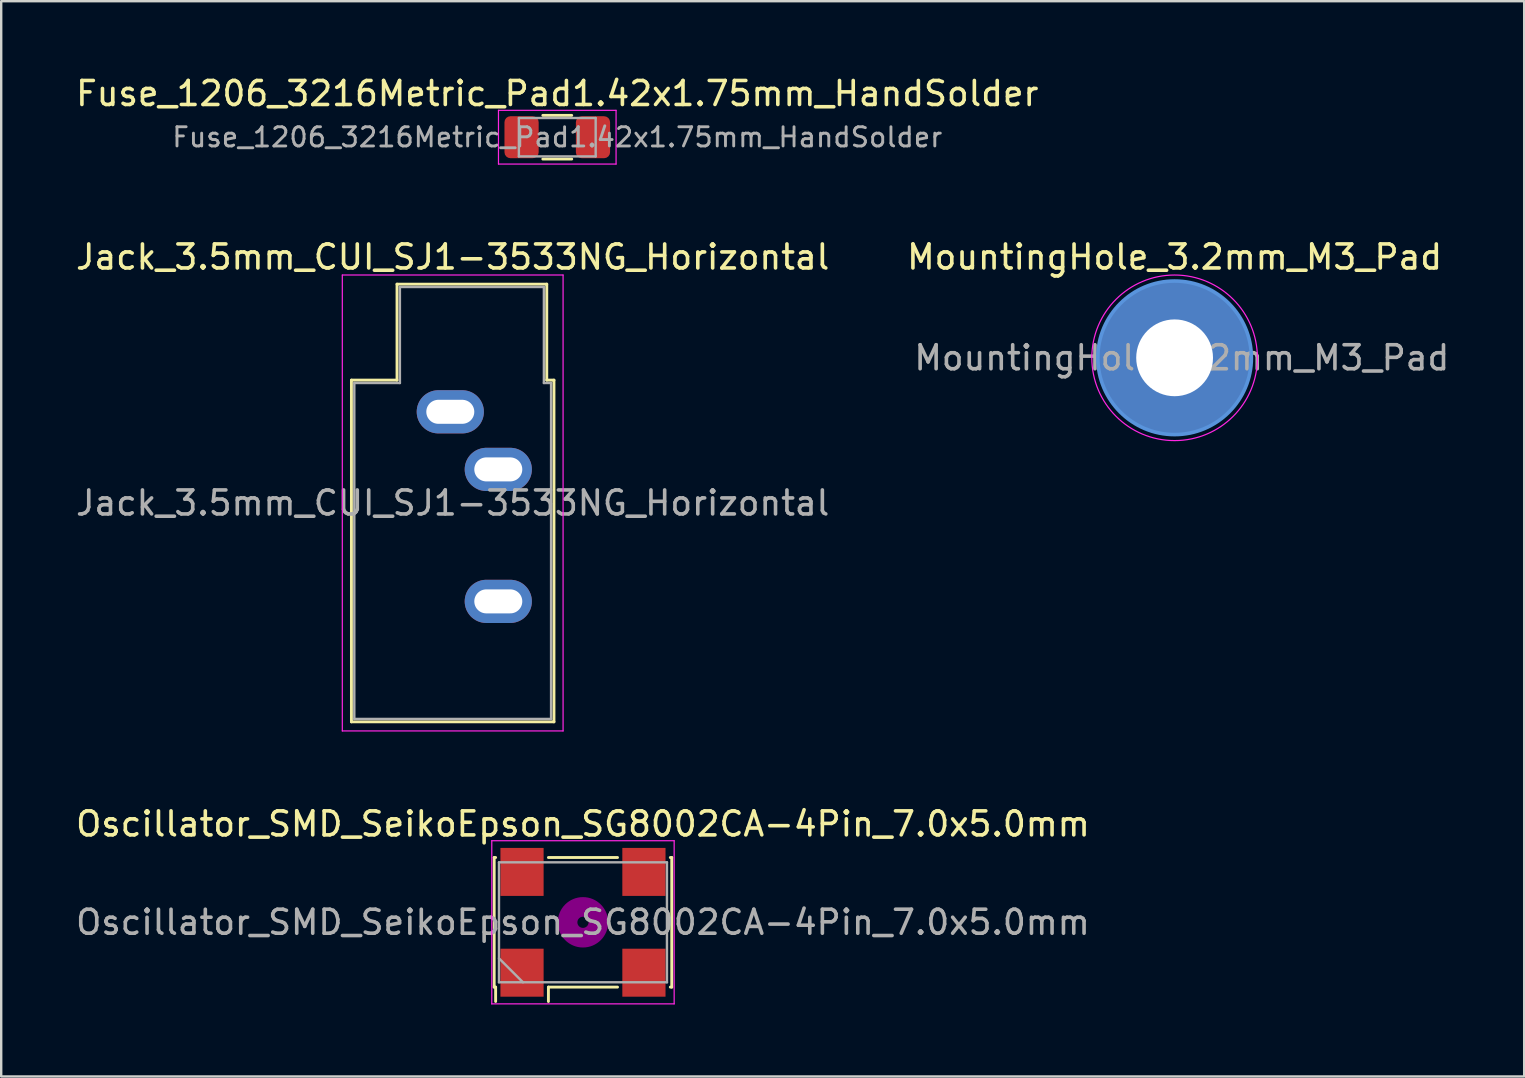
<source format=kicad_pcb>
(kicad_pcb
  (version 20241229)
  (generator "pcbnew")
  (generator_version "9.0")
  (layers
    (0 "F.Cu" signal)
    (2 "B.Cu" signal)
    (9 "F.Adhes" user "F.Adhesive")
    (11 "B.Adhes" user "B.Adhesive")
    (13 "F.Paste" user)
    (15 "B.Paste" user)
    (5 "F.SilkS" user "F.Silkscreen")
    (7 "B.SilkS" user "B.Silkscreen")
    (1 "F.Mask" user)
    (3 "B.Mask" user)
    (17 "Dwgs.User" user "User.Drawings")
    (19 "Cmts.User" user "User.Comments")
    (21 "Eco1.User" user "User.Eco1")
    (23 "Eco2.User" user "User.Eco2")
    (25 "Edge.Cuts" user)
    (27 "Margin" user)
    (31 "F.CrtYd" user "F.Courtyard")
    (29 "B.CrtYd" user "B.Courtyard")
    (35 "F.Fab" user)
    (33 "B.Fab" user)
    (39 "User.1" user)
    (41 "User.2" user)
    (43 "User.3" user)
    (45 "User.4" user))
  (footprint "Oscillator_SMD_SeikoEpson_SG8002CA-4Pin_7.0x5.0mm"
    (layer "F.Cu")
    (at 21.244 35.385)
    (property "Reference" "Oscillator_SMD_SeikoEpson_SG8002CA-4Pin_7.0x5.0mm" (at 0 -4.1 0) (layer "F.SilkS") (effects (font (size 1 1) (thickness 0.15))))
    (attr smd)
    (fp_line (start -3.7 -2.7) (end -3.64 -2.7) (stroke (width 0.12) (type solid)) (layer "F.SilkS"))
    (fp_line (start -3.7 2.7) (end -3.7 -2.7) (stroke (width 0.12) (type solid)) (layer "F.SilkS"))
    (fp_line (start -3.64 2.7) (end -3.7 2.7) (stroke (width 0.12) (type solid)) (layer "F.SilkS"))
    (fp_line (start -3.64 3.3) (end -3.64 2.7) (stroke (width 0.12) (type solid)) (layer "F.SilkS"))
    (fp_line (start -1.44 -2.7) (end 1.44 -2.7) (stroke (width 0.12) (type solid)) (layer "F.SilkS"))
    (fp_line (start -1.44 2.7) (end -1.44 3.3) (stroke (width 0.12) (type solid)) (layer "F.SilkS"))
    (fp_line (start 1.44 2.7) (end -1.44 2.7) (stroke (width 0.12) (type solid)) (layer "F.SilkS"))
    (fp_line (start 3.64 -2.7) (end 3.7 -2.7) (stroke (width 0.12) (type solid)) (layer "F.SilkS"))
    (fp_line (start 3.7 -2.7) (end 3.7 2.7) (stroke (width 0.12) (type solid)) (layer "F.SilkS"))
    (fp_line (start 3.7 2.7) (end 3.64 2.7) (stroke (width 0.12) (type solid)) (layer "F.SilkS"))
    (fp_circle (center 0 0) (end 0.233 0) (stroke (width 0.467) (type solid)) (fill no) (layer "F.Adhes"))
    (fp_circle (center 0 0) (end 0.533 0) (stroke (width 0.333) (type solid)) (fill no) (layer "F.Adhes"))
    (fp_circle (center 0 0) (end 0.833 0) (stroke (width 0.333) (type solid)) (fill no) (layer "F.Adhes"))
    (fp_circle (center 0 0) (end 1 0) (stroke (width 0.1) (type solid)) (fill no) (layer "F.Adhes"))
    (fp_line (start -3.8 -3.4) (end -3.8 3.4) (stroke (width 0.05) (type solid)) (layer "F.CrtYd"))
    (fp_line (start -3.8 3.4) (end 3.8 3.4) (stroke (width 0.05) (type solid)) (layer "F.CrtYd"))
    (fp_line (start 3.8 -3.4) (end -3.8 -3.4) (stroke (width 0.05) (type solid)) (layer "F.CrtYd"))
    (fp_line (start 3.8 3.4) (end 3.8 -3.4) (stroke (width 0.05) (type solid)) (layer "F.CrtYd"))
    (fp_line (start -3.5 -2.5) (end -3.5 2.5) (stroke (width 0.1) (type solid)) (layer "F.Fab"))
    (fp_line (start -3.5 1.5) (end -2.5 2.5) (stroke (width 0.1) (type solid)) (layer "F.Fab"))
    (fp_line (start -3.5 2.5) (end 3.5 2.5) (stroke (width 0.1) (type solid)) (layer "F.Fab"))
    (fp_line (start 3.5 -2.5) (end -3.5 -2.5) (stroke (width 0.1) (type solid)) (layer "F.Fab"))
    (fp_line (start 3.5 2.5) (end 3.5 -2.5) (stroke (width 0.1) (type solid)) (layer "F.Fab"))
    (fp_text user "${REFERENCE}" (at 0 0 0) (layer "F.Fab") (effects (font (size 1 1) (thickness 0.15))))
    (pad "1" smd rect (at -2.54 2.1) (size 1.8 2) (layers "F.Cu" "F.Mask" "F.Paste"))
    (pad "2" smd rect (at 2.54 2.1) (size 1.8 2) (layers "F.Cu" "F.Mask" "F.Paste"))
    (pad "3" smd rect (at 2.54 -2.1) (size 1.8 2) (layers "F.Cu" "F.Mask" "F.Paste"))
    (pad "4" smd rect (at -2.54 -2.1) (size 1.8 2) (layers "F.Cu" "F.Mask" "F.Paste")))
  (footprint "Fuse_1206_3216Metric_Pad1.42x1.75mm_HandSolder"
    (layer "F.Cu")
    (at 20.173 2.668)
    (property "Reference" "Fuse_1206_3216Metric_Pad1.42x1.75mm_HandSolder" (at 0 -1.82 180) (layer "F.SilkS") (effects (font (size 1 1) (thickness 0.15))))
    (attr smd)
    (fp_line (start -0.602 -0.91) (end 0.602 -0.91) (stroke (width 0.12) (type solid)) (layer "F.SilkS"))
    (fp_line (start -0.602 0.91) (end 0.602 0.91) (stroke (width 0.12) (type solid)) (layer "F.SilkS"))
    (fp_line (start -2.45 -1.12) (end 2.45 -1.12) (stroke (width 0.05) (type solid)) (layer "F.CrtYd"))
    (fp_line (start -2.45 1.12) (end -2.45 -1.12) (stroke (width 0.05) (type solid)) (layer "F.CrtYd"))
    (fp_line (start 2.45 -1.12) (end 2.45 1.12) (stroke (width 0.05) (type solid)) (layer "F.CrtYd"))
    (fp_line (start 2.45 1.12) (end -2.45 1.12) (stroke (width 0.05) (type solid)) (layer "F.CrtYd"))
    (fp_line (start -1.6 -0.8) (end 1.6 -0.8) (stroke (width 0.1) (type solid)) (layer "F.Fab"))
    (fp_line (start -1.6 0.8) (end -1.6 -0.8) (stroke (width 0.1) (type solid)) (layer "F.Fab"))
    (fp_line (start 1.6 -0.8) (end 1.6 0.8) (stroke (width 0.1) (type solid)) (layer "F.Fab"))
    (fp_line (start 1.6 0.8) (end -1.6 0.8) (stroke (width 0.1) (type solid)) (layer "F.Fab"))
    (fp_text user "${REFERENCE}" (at 0 0 180) (layer "F.Fab") (effects (font (size 0.8 0.8) (thickness 0.12))))
    (pad "1" smd roundrect (at -1.488 0) (size 1.425 1.75) (layers "F.Cu" "F.Mask" "F.Paste") (roundrect_rratio 0.175))
    (pad "2" smd roundrect (at 1.488 0) (size 1.425 1.75) (layers "F.Cu" "F.Mask" "F.Paste") (roundrect_rratio 0.175)))
  (footprint "Jack_3.5mm_CUI_SJ1-3533NG_Horizontal"
    (layer "F.Cu")
    (at 15.715 14.111)
    (property "Reference" "Jack_3.5mm_CUI_SJ1-3533NG_Horizontal" (at 0.1 -6.45 180) (layer "F.SilkS") (effects (font (size 1 1) (thickness 0.15))))
    (attr through_hole)
    (fp_line (start -4.12 -1.32) (end -2.22 -1.32) (stroke (width 0.12) (type solid)) (layer "F.SilkS"))
    (fp_line (start -4.12 12.92) (end -4.12 -1.32) (stroke (width 0.12) (type solid)) (layer "F.SilkS"))
    (fp_line (start -2.22 -5.32) (end 4.02 -5.32) (stroke (width 0.12) (type solid)) (layer "F.SilkS"))
    (fp_line (start -2.22 -1.32) (end -2.22 -5.32) (stroke (width 0.12) (type solid)) (layer "F.SilkS"))
    (fp_line (start 4.02 -5.32) (end 4.02 -1.32) (stroke (width 0.12) (type solid)) (layer "F.SilkS"))
    (fp_line (start 4.02 -1.32) (end 4.32 -1.32) (stroke (width 0.12) (type solid)) (layer "F.SilkS"))
    (fp_line (start 4.32 -1.32) (end 4.32 12.92) (stroke (width 0.12) (type solid)) (layer "F.SilkS"))
    (fp_line (start 4.32 12.92) (end -4.12 12.92) (stroke (width 0.12) (type solid)) (layer "F.SilkS"))
    (fp_line (start -4.5 -5.7) (end -4.5 13.3) (stroke (width 0.05) (type solid)) (layer "F.CrtYd"))
    (fp_line (start -4.5 13.3) (end 4.7 13.3) (stroke (width 0.05) (type solid)) (layer "F.CrtYd"))
    (fp_line (start 4.7 -5.7) (end -4.5 -5.7) (stroke (width 0.05) (type solid)) (layer "F.CrtYd"))
    (fp_line (start 4.7 13.3) (end 4.7 -5.7) (stroke (width 0.05) (type solid)) (layer "F.CrtYd"))
    (fp_line (start -4 -1.2) (end -2.1 -1.2) (stroke (width 0.1) (type solid)) (layer "F.Fab"))
    (fp_line (start -4 12.8) (end -4 -1.2) (stroke (width 0.1) (type solid)) (layer "F.Fab"))
    (fp_line (start -2.1 -5.2) (end 3.9 -5.2) (stroke (width 0.1) (type solid)) (layer "F.Fab"))
    (fp_line (start -2.1 -1.2) (end -2.1 -5.2) (stroke (width 0.1) (type solid)) (layer "F.Fab"))
    (fp_line (start 3.9 -5.2) (end 3.9 -1.2) (stroke (width 0.1) (type solid)) (layer "F.Fab"))
    (fp_line (start 3.9 -1.2) (end 4.2 -1.2) (stroke (width 0.1) (type solid)) (layer "F.Fab"))
    (fp_line (start 4.2 -1.2) (end 4.2 12.8) (stroke (width 0.1) (type solid)) (layer "F.Fab"))
    (fp_line (start 4.2 12.8) (end -4 12.8) (stroke (width 0.1) (type solid)) (layer "F.Fab"))
    (fp_text user "${REFERENCE}" (at 0.1 3.8 180) (layer "F.Fab") (effects (font (size 1 1) (thickness 0.15))))
    (pad "R" thru_hole oval (at 2 7.9) (size 2.8 1.8) (drill oval 2 1) (layers "*.Cu" "*.Mask"))
    (pad "S" thru_hole oval (at 0 0) (size 2.8 1.8) (drill oval 2 1) (layers "*.Cu" "*.Mask"))
    (pad "T" thru_hole oval (at 2 2.4) (size 2.8 1.8) (drill oval 2 1) (layers "*.Cu" "*.Mask")))
  (footprint "MountingHole_3.2mm_M3_Pad"
    (layer "F.Cu")
    (at 45.899 11.861)
    (property "Reference" "MountingHole_3.2mm_M3_Pad" (at 0 -4.2 0) (layer "F.SilkS") (effects (font (size 1 1) (thickness 0.15))))
    (attr exclude_from_pos_files)
    (fp_circle (center 0 0) (end 3.2 0) (stroke (width 0.15) (type solid)) (fill no) (layer "Cmts.User"))
    (fp_circle (center 0 0) (end 3.45 0) (stroke (width 0.05) (type solid)) (fill no) (layer "F.CrtYd"))
    (fp_text user "${REFERENCE}" (at 0.3 0 0) (layer "F.Fab") (effects (font (size 1 1) (thickness 0.15))))
    (pad "1" thru_hole circle (at 0 0) (size 6.4 6.4) (drill 3.2) (layers "*.Cu" "*.Mask")))
  (gr_rect
    (start -3 -3)
    (end 60.467 41.81)
    (stroke (width 0.1) (type default))
    (fill no)
    (layer "Edge.Cuts")))
</source>
